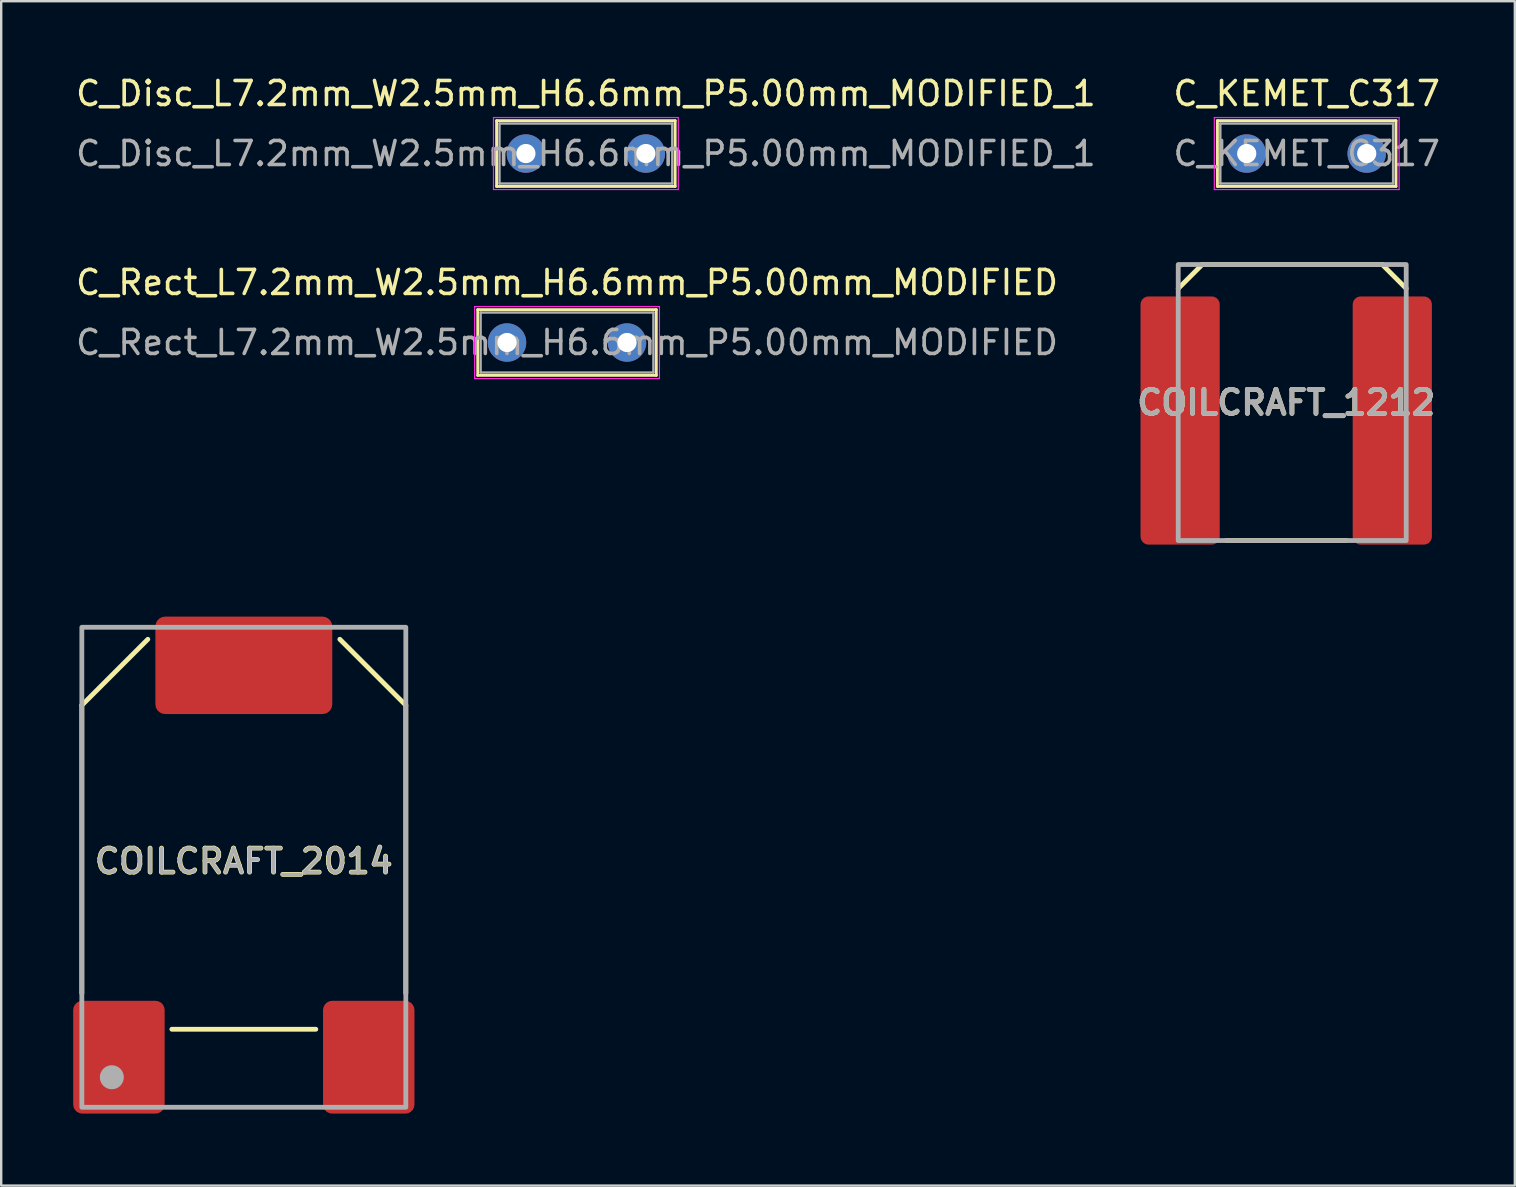
<source format=kicad_pcb>
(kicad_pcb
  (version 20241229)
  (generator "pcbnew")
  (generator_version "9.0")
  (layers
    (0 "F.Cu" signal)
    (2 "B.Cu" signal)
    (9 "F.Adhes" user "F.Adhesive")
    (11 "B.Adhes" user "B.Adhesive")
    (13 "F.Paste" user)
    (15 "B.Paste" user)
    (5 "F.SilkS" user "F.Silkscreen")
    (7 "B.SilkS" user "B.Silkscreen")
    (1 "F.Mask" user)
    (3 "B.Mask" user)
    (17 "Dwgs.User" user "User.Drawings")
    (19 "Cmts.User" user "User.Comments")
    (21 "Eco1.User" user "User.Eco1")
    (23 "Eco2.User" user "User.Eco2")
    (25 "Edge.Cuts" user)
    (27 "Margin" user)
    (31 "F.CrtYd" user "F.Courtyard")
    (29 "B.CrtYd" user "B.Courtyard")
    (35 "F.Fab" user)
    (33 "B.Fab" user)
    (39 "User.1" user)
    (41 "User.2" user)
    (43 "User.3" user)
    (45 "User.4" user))
  (footprint "C_Disc_L7.2mm_W2.5mm_H6.6mm_P5.00mm_MODIFIED_1"
    (layer "F.Cu")
    (at 18.863 3.348)
    (property "Reference" "C_Disc_L7.2mm_W2.5mm_H6.6mm_P5.00mm_MODIFIED_1" (at 2.5 -2.5 0) (layer "F.SilkS") (effects (font (size 1 1) (thickness 0.15))))
    (attr through_hole)
    (fp_line (start -1.22 -1.37) (end -1.22 1.37) (stroke (width 0.12) (type solid)) (layer "F.SilkS"))
    (fp_line (start -1.22 -1.37) (end 6.22 -1.37) (stroke (width 0.12) (type solid)) (layer "F.SilkS"))
    (fp_line (start -1.22 1.37) (end 6.22 1.37) (stroke (width 0.12) (type solid)) (layer "F.SilkS"))
    (fp_line (start 6.22 -1.37) (end 6.22 1.37) (stroke (width 0.12) (type solid)) (layer "F.SilkS"))
    (fp_line (start -1.35 -1.5) (end -1.35 1.5) (stroke (width 0.05) (type solid)) (layer "F.CrtYd"))
    (fp_line (start -1.35 1.5) (end 6.35 1.5) (stroke (width 0.05) (type solid)) (layer "F.CrtYd"))
    (fp_line (start 6.35 -1.5) (end -1.35 -1.5) (stroke (width 0.05) (type solid)) (layer "F.CrtYd"))
    (fp_line (start 6.35 1.5) (end 6.35 -1.5) (stroke (width 0.05) (type solid)) (layer "F.CrtYd"))
    (fp_line (start -1.1 -1.25) (end -1.1 1.25) (stroke (width 0.1) (type solid)) (layer "F.Fab"))
    (fp_line (start -1.1 1.25) (end 6.1 1.25) (stroke (width 0.1) (type solid)) (layer "F.Fab"))
    (fp_line (start 6.1 -1.25) (end -1.1 -1.25) (stroke (width 0.1) (type solid)) (layer "F.Fab"))
    (fp_line (start 6.1 1.25) (end 6.1 -1.25) (stroke (width 0.1) (type solid)) (layer "F.Fab"))
    (fp_text user "${REFERENCE}" (at 2.5 0 0) (layer "F.Fab") (effects (font (size 1 1) (thickness 0.15))))
    (pad "1" thru_hole circle (at 0 0) (size 1.6 1.6) (drill 0.8) (layers "*.Cu" "*.Mask"))
    (pad "2" thru_hole circle (at 5 0) (size 1.6 1.6) (drill 0.8) (layers "*.Cu" "*.Mask")))
  (footprint "COILCRAFT_2014"
    (layer "F.Cu")
    (at 7.11 32.838)
    (property "Reference" "COILCRAFT_2014" (at 0 0 0) (unlocked yes) (layer "F.SilkS") (effects (font (size 1 1) (thickness 0.2) (bold yes))))
    (attr smd)
    (fp_line (start -6.75 -6.5) (end -4 -9.25) (stroke (width 0.2) (type default)) (layer "F.SilkS"))
    (fp_line (start -6.75 5.5) (end -6.75 -6.5) (stroke (width 0.2) (type default)) (layer "F.SilkS"))
    (fp_line (start -3 7) (end 3 7) (stroke (width 0.2) (type default)) (layer "F.SilkS"))
    (fp_line (start 6.75 -6.5) (end 4 -9.25) (stroke (width 0.2) (type default)) (layer "F.SilkS"))
    (fp_line (start 6.75 5.5) (end 6.75 -6.5) (stroke (width 0.2) (type default)) (layer "F.SilkS"))
    (fp_rect (start -6.75 -9.75) (end 6.75 10.25) (stroke (width 0.2) (type default)) (fill no) (layer "F.Fab"))
    (fp_circle (center -5.5 9) (end -5.25 9) (stroke (width 0.5) (type default)) (fill no) (layer "F.Fab"))
    (fp_text user "${REFERENCE}" (at 0 0 0) (unlocked yes) (layer "F.Fab") (effects (font (size 1 1) (thickness 0.15))))
    (pad "1" smd roundrect (at -5.205 8.165) (size 3.81 4.7) (layers "F.Cu" "F.Mask" "F.Paste") (roundrect_rratio 0.1))
    (pad "2" smd roundrect (at 5.205 8.165) (size 3.81 4.7) (layers "F.Cu" "F.Mask" "F.Paste") (roundrect_rratio 0.1))
    (pad "3" smd roundrect (at 0 -8.165) (size 7.37 4.06) (layers "F.Cu" "F.Mask" "F.Paste") (roundrect_rratio 0.1)))
  (footprint "COILCRAFT_1212"
    (layer "F.Cu")
    (at 50.545 13.723)
    (property "Reference" "COILCRAFT_1212" (at 0 0 0) (unlocked yes) (layer "F.SilkS") (effects (font (size 1 1) (thickness 0.2) (bold yes))))
    (attr smd)
    (fp_line (start -4.5 -4.75) (end -3.5 -5.75) (stroke (width 0.2) (type default)) (layer "F.SilkS"))
    (fp_line (start -3.5 -5.75) (end 4 -5.75) (stroke (width 0.2) (type default)) (layer "F.SilkS"))
    (fp_line (start -2.5 5.75) (end 2.5 5.75) (stroke (width 0.2) (type default)) (layer "F.SilkS"))
    (fp_line (start 5 -4.75) (end 4 -5.75) (stroke (width 0.2) (type default)) (layer "F.SilkS"))
    (fp_rect (start -4.5 -5.75) (end 5 5.75) (stroke (width 0.2) (type default)) (fill no) (layer "F.Fab"))
    (fp_text user "${REFERENCE}" (at 0 0 0) (unlocked yes) (layer "F.Fab") (effects (font (size 1 1) (thickness 0.2) (bold yes))))
    (pad "1" smd roundrect (at -4.42 0.75 90) (size 10.34 3.3) (layers "F.Cu" "F.Mask" "F.Paste") (roundrect_rratio 0.1))
    (pad "2" smd roundrect (at 4.42 0.75 90) (size 10.34 3.3) (layers "F.Cu" "F.Mask" "F.Paste") (roundrect_rratio 0.1)))
  (footprint "C_Rect_L7.2mm_W2.5mm_H6.6mm_P5.00mm_MODIFIED"
    (layer "F.Cu")
    (at 18.077 11.222)
    (property "Reference" "C_Rect_L7.2mm_W2.5mm_H6.6mm_P5.00mm_MODIFIED" (at 2.5 -2.5 0) (layer "F.SilkS") (effects (font (size 1 1) (thickness 0.15))))
    (attr through_hole)
    (fp_line (start -1.22 -1.37) (end -1.22 1.37) (stroke (width 0.12) (type solid)) (layer "F.SilkS"))
    (fp_line (start -1.22 -1.37) (end 6.22 -1.37) (stroke (width 0.12) (type solid)) (layer "F.SilkS"))
    (fp_line (start -1.22 1.37) (end 6.22 1.37) (stroke (width 0.12) (type solid)) (layer "F.SilkS"))
    (fp_line (start 6.22 -1.37) (end 6.22 1.37) (stroke (width 0.12) (type solid)) (layer "F.SilkS"))
    (fp_line (start -1.35 -1.5) (end -1.35 1.5) (stroke (width 0.05) (type solid)) (layer "F.CrtYd"))
    (fp_line (start -1.35 1.5) (end 6.35 1.5) (stroke (width 0.05) (type solid)) (layer "F.CrtYd"))
    (fp_line (start 6.35 -1.5) (end -1.35 -1.5) (stroke (width 0.05) (type solid)) (layer "F.CrtYd"))
    (fp_line (start 6.35 1.5) (end 6.35 -1.5) (stroke (width 0.05) (type solid)) (layer "F.CrtYd"))
    (fp_line (start -1.1 -1.25) (end -1.1 1.25) (stroke (width 0.1) (type solid)) (layer "F.Fab"))
    (fp_line (start -1.1 1.25) (end 6.1 1.25) (stroke (width 0.1) (type solid)) (layer "F.Fab"))
    (fp_line (start 6.1 -1.25) (end -1.1 -1.25) (stroke (width 0.1) (type solid)) (layer "F.Fab"))
    (fp_line (start 6.1 1.25) (end 6.1 -1.25) (stroke (width 0.1) (type solid)) (layer "F.Fab"))
    (fp_text user "${REFERENCE}" (at 2.5 0 0) (layer "F.Fab") (effects (font (size 1 1) (thickness 0.15))))
    (pad "1" thru_hole circle (at 0 0) (size 1.6 1.6) (drill 0.8) (layers "*.Cu" "*.Mask"))
    (pad "2" thru_hole circle (at 5 0) (size 1.6 1.6) (drill 0.8) (layers "*.Cu" "*.Mask")))
  (footprint "C_KEMET_C317"
    (layer "F.Cu")
    (at 48.899 3.348)
    (property "Reference" "C_KEMET_C317" (at 2.5 -2.5 0) (layer "F.SilkS") (effects (font (size 1 1) (thickness 0.15))))
    (attr through_hole)
    (fp_line (start -1.22 -1.37) (end -1.22 1.37) (stroke (width 0.12) (type solid)) (layer "F.SilkS"))
    (fp_line (start -1.22 -1.37) (end 6.22 -1.37) (stroke (width 0.12) (type solid)) (layer "F.SilkS"))
    (fp_line (start -1.22 1.37) (end 6.22 1.37) (stroke (width 0.12) (type solid)) (layer "F.SilkS"))
    (fp_line (start 6.22 -1.37) (end 6.22 1.37) (stroke (width 0.12) (type solid)) (layer "F.SilkS"))
    (fp_line (start -1.35 -1.5) (end -1.35 1.5) (stroke (width 0.05) (type solid)) (layer "F.CrtYd"))
    (fp_line (start -1.35 1.5) (end 6.35 1.5) (stroke (width 0.05) (type solid)) (layer "F.CrtYd"))
    (fp_line (start 6.35 -1.5) (end -1.35 -1.5) (stroke (width 0.05) (type solid)) (layer "F.CrtYd"))
    (fp_line (start 6.35 1.5) (end 6.35 -1.5) (stroke (width 0.05) (type solid)) (layer "F.CrtYd"))
    (fp_line (start -1.1 -1.25) (end -1.1 1.25) (stroke (width 0.1) (type solid)) (layer "F.Fab"))
    (fp_line (start -1.1 1.25) (end 6.1 1.25) (stroke (width 0.1) (type solid)) (layer "F.Fab"))
    (fp_line (start 6.1 -1.25) (end -1.1 -1.25) (stroke (width 0.1) (type solid)) (layer "F.Fab"))
    (fp_line (start 6.1 1.25) (end 6.1 -1.25) (stroke (width 0.1) (type solid)) (layer "F.Fab"))
    (fp_text user "${REFERENCE}" (at 2.5 0 0) (layer "F.Fab") (effects (font (size 1 1) (thickness 0.15))))
    (pad "1" thru_hole circle (at 0 0) (size 1.6 1.6) (drill 0.8) (layers "*.Cu" "*.Mask"))
    (pad "2" thru_hole circle (at 5 0) (size 1.6 1.6) (drill 0.8) (layers "*.Cu" "*.Mask")))
  (gr_rect
    (start -3 -3)
    (end 60.071 46.353)
    (stroke (width 0.1) (type default))
    (fill no)
    (layer "Edge.Cuts")))
</source>
